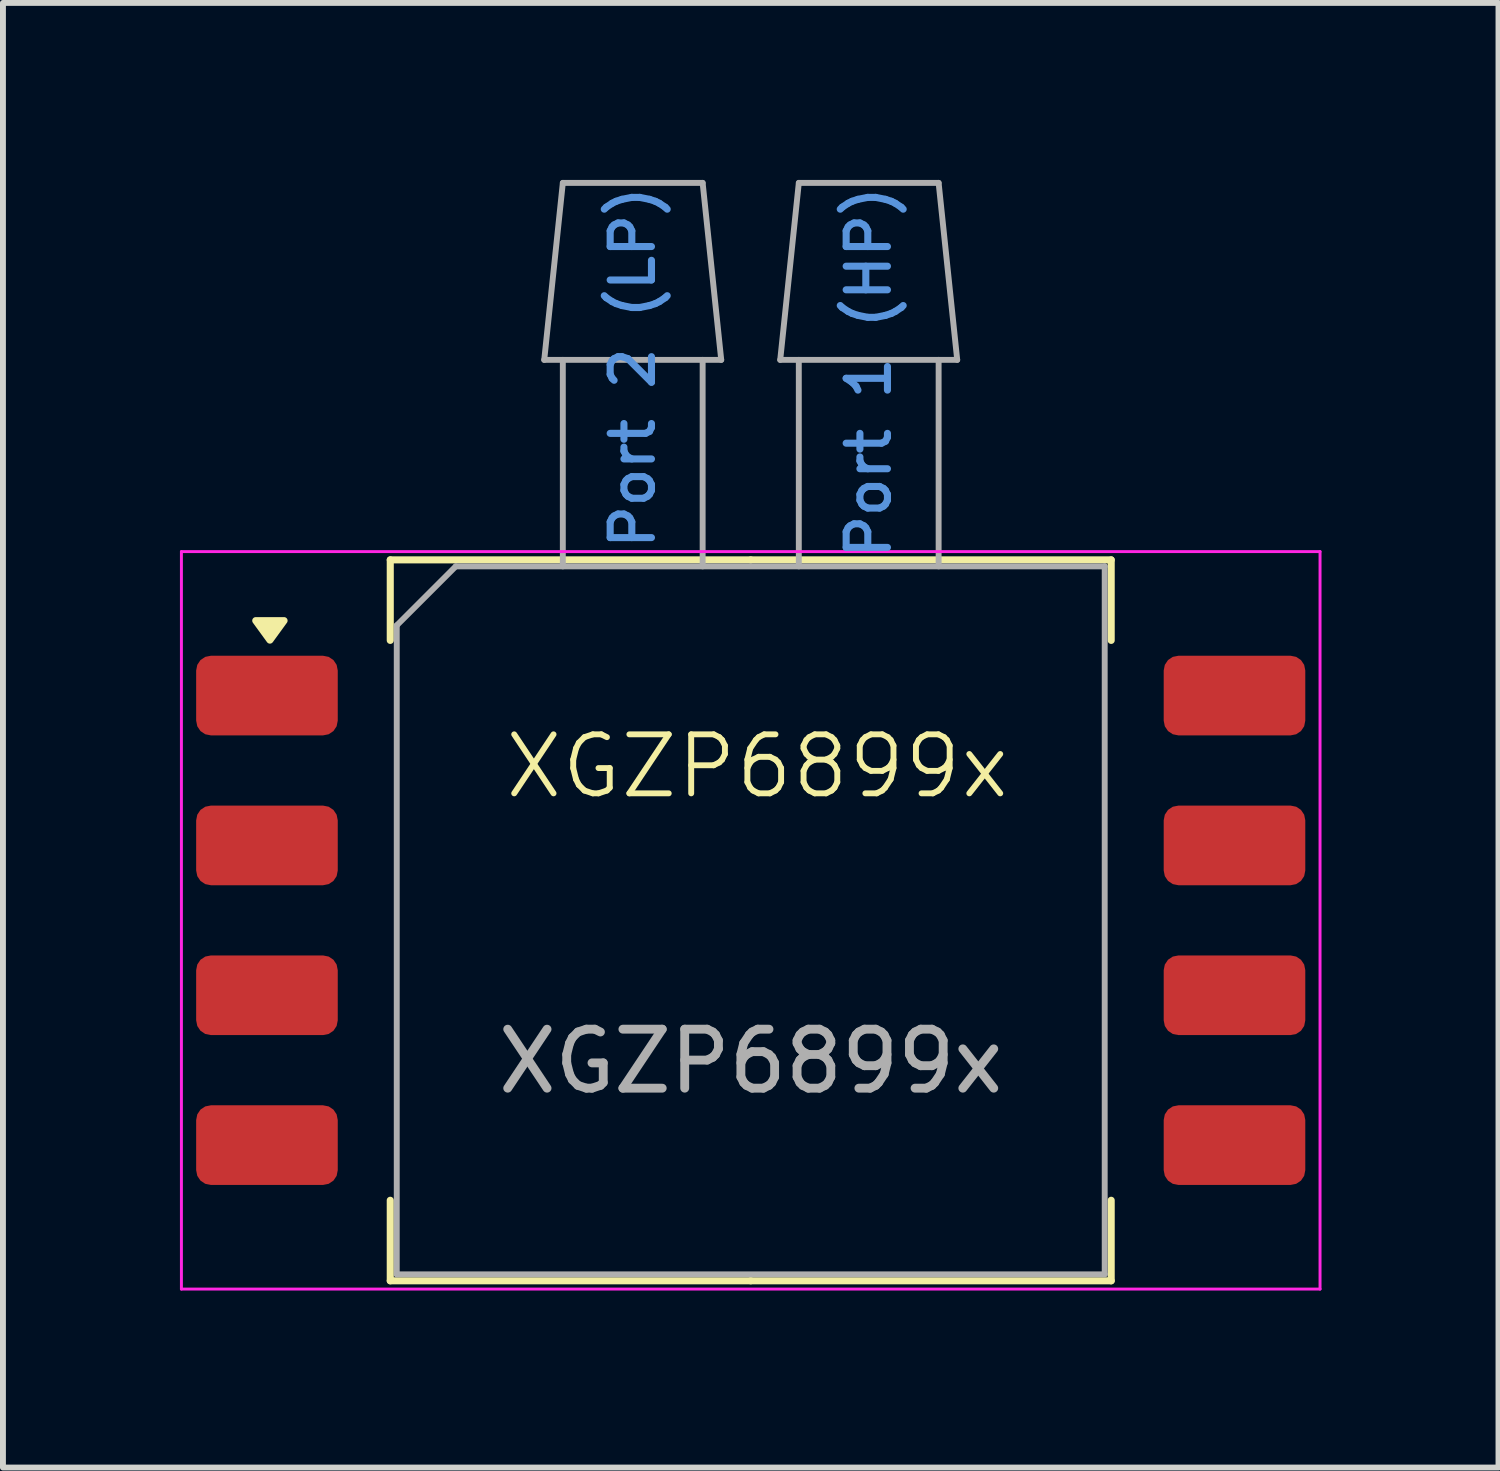
<source format=kicad_pcb>
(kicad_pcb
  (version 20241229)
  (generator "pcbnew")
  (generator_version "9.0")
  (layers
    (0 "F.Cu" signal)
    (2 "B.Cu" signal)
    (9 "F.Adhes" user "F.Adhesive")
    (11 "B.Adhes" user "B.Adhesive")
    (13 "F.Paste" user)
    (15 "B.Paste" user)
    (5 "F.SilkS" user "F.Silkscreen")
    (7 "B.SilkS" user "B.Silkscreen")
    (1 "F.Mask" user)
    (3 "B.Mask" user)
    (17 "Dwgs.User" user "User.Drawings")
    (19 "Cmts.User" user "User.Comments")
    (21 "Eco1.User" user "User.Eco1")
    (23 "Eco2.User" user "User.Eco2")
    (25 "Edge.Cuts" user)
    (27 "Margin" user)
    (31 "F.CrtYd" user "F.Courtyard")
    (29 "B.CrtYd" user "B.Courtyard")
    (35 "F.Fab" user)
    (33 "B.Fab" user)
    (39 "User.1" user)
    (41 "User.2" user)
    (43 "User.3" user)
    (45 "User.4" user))
  (footprint "XGZP6899x"
    (layer "F.Cu")
    (at 9.785 11.94)
    (property "Reference" "XGZP6899x" (at 0 -2 0) (unlocked yes) (layer "F.SilkS") (effects (font (size 1 1) (thickness 0.1))))
    (attr smd)
    (fp_line (start -6.22 -4.135) (end -6.22 -5.5) (stroke (width 0.12) (type solid)) (layer "F.SilkS"))
    (fp_line (start -6.22 6.72) (end -6.22 5.355) (stroke (width 0.12) (type solid)) (layer "F.SilkS"))
    (fp_line (start -0.11 -5.5) (end -6.22 -5.5) (stroke (width 0.12) (type solid)) (layer "F.SilkS"))
    (fp_line (start -0.11 6.72) (end -6.22 6.72) (stroke (width 0.12) (type solid)) (layer "F.SilkS"))
    (fp_line (start -0.11 6.72) (end 6 6.72) (stroke (width 0.12) (type solid)) (layer "F.SilkS"))
    (fp_line (start 6 -5.5) (end -0.11 -5.5) (stroke (width 0.12) (type solid)) (layer "F.SilkS"))
    (fp_line (start 6 -4.135) (end 6 -5.5) (stroke (width 0.12) (type solid)) (layer "F.SilkS"))
    (fp_line (start 6 6.72) (end 6 5.355) (stroke (width 0.12) (type solid)) (layer "F.SilkS"))
    (fp_poly (pts (xy -8.26 -4.14) (xy -8.5 -4.47) (xy -8.02 -4.47) (xy -8.26 -4.14)) (stroke (width 0.12) (type solid)) (fill yes) (layer "F.SilkS"))
    (fp_line (start -9.76 -5.64) (end -9.76 6.86) (stroke (width 0.05) (type solid)) (layer "F.CrtYd"))
    (fp_line (start -9.76 6.86) (end 9.54 6.86) (stroke (width 0.05) (type solid)) (layer "F.CrtYd"))
    (fp_line (start 9.54 -5.64) (end -9.76 -5.64) (stroke (width 0.05) (type solid)) (layer "F.CrtYd"))
    (fp_line (start 9.54 6.86) (end 9.54 -5.64) (stroke (width 0.05) (type solid)) (layer "F.CrtYd"))
    (fp_line (start -6.11 -4.39) (end -5.11 -5.39) (stroke (width 0.1) (type solid)) (layer "F.Fab"))
    (fp_line (start -6.11 6.61) (end -6.11 -4.39) (stroke (width 0.1) (type solid)) (layer "F.Fab"))
    (fp_line (start -5.11 -5.39) (end 5.89 -5.39) (stroke (width 0.1) (type solid)) (layer "F.Fab"))
    (fp_line (start -3.61 -8.89) (end -3.295 -11.89) (stroke (width 0.1) (type default)) (layer "F.Fab"))
    (fp_line (start -3.61 -8.89) (end -0.61 -8.89) (stroke (width 0.1) (type default)) (layer "F.Fab"))
    (fp_line (start -3.295 -11.89) (end -0.925 -11.89) (stroke (width 0.1) (type default)) (layer "F.Fab"))
    (fp_line (start -3.295 -5.39) (end -3.295 -8.89) (stroke (width 0.1) (type default)) (layer "F.Fab"))
    (fp_line (start -0.925 -8.89) (end -0.925 -5.39) (stroke (width 0.1) (type default)) (layer "F.Fab"))
    (fp_line (start -0.61 -8.89) (end -0.925 -11.89) (stroke (width 0.1) (type default)) (layer "F.Fab"))
    (fp_line (start 0.39 -8.89) (end 0.705 -11.89) (stroke (width 0.1) (type default)) (layer "F.Fab"))
    (fp_line (start 0.39 -8.89) (end 3.39 -8.89) (stroke (width 0.1) (type default)) (layer "F.Fab"))
    (fp_line (start 0.705 -11.89) (end 3.075 -11.89) (stroke (width 0.1) (type default)) (layer "F.Fab"))
    (fp_line (start 0.705 -5.39) (end 0.705 -8.89) (stroke (width 0.1) (type default)) (layer "F.Fab"))
    (fp_line (start 3.075 -8.89) (end 3.075 -5.39) (stroke (width 0.1) (type default)) (layer "F.Fab"))
    (fp_line (start 3.39 -8.89) (end 3.075 -11.89) (stroke (width 0.1) (type default)) (layer "F.Fab"))
    (fp_line (start 5.89 -5.39) (end 5.89 6.61) (stroke (width 0.1) (type solid)) (layer "F.Fab"))
    (fp_line (start 5.89 6.61) (end -6.11 6.61) (stroke (width 0.1) (type solid)) (layer "F.Fab"))
    (fp_text user "Port 2 (LP)" (at -2.11 -11.89 90) (unlocked yes) (layer "Cmts.User") (effects (font (size 0.7 0.7) (thickness 0.12) (bold yes)) (justify right)))
    (fp_text user "Port 1 (HP)" (at 1.89 -11.89 90) (unlocked yes) (layer "Cmts.User") (effects (font (size 0.7 0.7) (thickness 0.12) (bold yes)) (justify right)))
    (fp_text user "${REFERENCE}" (at -0.11 3 0) (layer "F.Fab") (effects (font (size 1 1) (thickness 0.15))))
    (pad "1" smd roundrect (at -8.31 -3.2) (size 2.4 1.35) (layers "F.Cu" "F.Mask" "F.Paste") (roundrect_rratio 0.185))
    (pad "2" smd roundrect (at -8.31 -0.66) (size 2.4 1.35) (layers "F.Cu" "F.Mask" "F.Paste") (roundrect_rratio 0.185))
    (pad "3" smd roundrect (at -8.31 1.88) (size 2.4 1.35) (layers "F.Cu" "F.Mask" "F.Paste") (roundrect_rratio 0.185))
    (pad "4" smd roundrect (at -8.31 4.42) (size 2.4 1.35) (layers "F.Cu" "F.Mask" "F.Paste") (roundrect_rratio 0.185))
    (pad "5" smd roundrect (at 8.09 4.42) (size 2.4 1.35) (layers "F.Cu" "F.Mask" "F.Paste") (roundrect_rratio 0.185))
    (pad "6" smd roundrect (at 8.09 1.88) (size 2.4 1.35) (layers "F.Cu" "F.Mask" "F.Paste") (roundrect_rratio 0.185))
    (pad "7" smd roundrect (at 8.09 -0.66) (size 2.4 1.35) (layers "F.Cu" "F.Mask" "F.Paste") (roundrect_rratio 0.185))
    (pad "8" smd roundrect (at 8.09 -3.2) (size 2.4 1.35) (layers "F.Cu" "F.Mask" "F.Paste") (roundrect_rratio 0.185)))
  (gr_rect
    (start -3 -3)
    (end 22.35 21.825)
    (stroke (width 0.1) (type default))
    (fill no)
    (layer "Edge.Cuts")))
</source>
